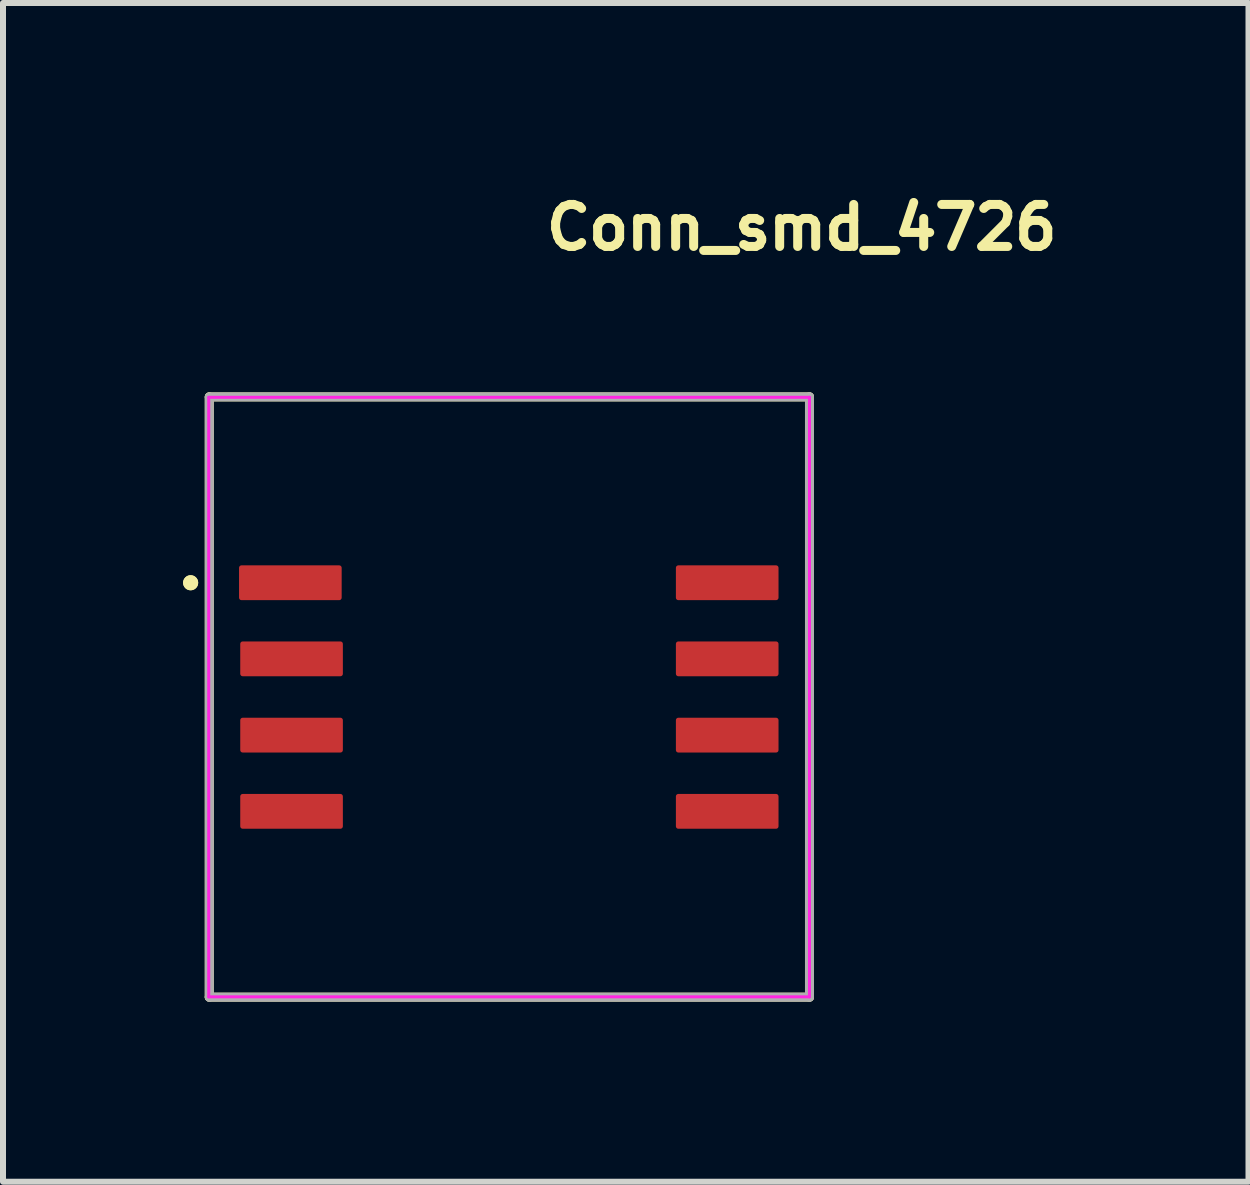
<source format=kicad_pcb>
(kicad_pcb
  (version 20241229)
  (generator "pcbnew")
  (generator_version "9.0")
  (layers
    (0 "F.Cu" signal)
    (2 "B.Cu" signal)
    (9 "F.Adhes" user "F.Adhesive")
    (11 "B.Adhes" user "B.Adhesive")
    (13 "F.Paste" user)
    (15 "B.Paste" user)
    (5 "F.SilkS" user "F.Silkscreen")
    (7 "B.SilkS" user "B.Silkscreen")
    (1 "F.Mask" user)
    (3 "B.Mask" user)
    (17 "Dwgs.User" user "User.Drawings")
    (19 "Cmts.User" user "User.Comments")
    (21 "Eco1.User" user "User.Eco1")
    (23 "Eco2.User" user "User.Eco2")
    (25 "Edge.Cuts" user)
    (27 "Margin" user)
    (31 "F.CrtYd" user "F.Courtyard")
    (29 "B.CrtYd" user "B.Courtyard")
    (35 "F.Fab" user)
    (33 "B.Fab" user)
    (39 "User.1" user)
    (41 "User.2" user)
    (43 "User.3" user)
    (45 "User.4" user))
  (footprint "Conn_smd_4726"
    (layer "F.Cu")
    (at 1.808 6.66)
    (property "Reference" "Conn_smd_4726" (at 4.168 -5.51 0) (unlocked yes) (layer "F.SilkS") (effects (font (size 0.7 0.7) (thickness 0.15)) (justify left bottom)))
    (attr smd)
    (fp_line (start -1.371 -3.097) (end 8.63 -3.097) (stroke (width 0.15) (type solid)) (layer "F.SilkS"))
    (fp_line (start -1.371 6.905) (end -1.371 -3.097) (stroke (width 0.15) (type solid)) (layer "F.SilkS"))
    (fp_line (start 8.63 -3.097) (end 8.63 6.905) (stroke (width 0.15) (type solid)) (layer "F.SilkS"))
    (fp_line (start 8.63 6.905) (end -1.371 6.905) (stroke (width 0.15) (type solid)) (layer "F.SilkS"))
    (fp_circle (center -1.682 0) (end -1.631 0) (stroke (width 0.15) (type solid)) (fill yes) (layer "F.SilkS"))
    (fp_circle (center -1.681 0) (end -1.631 0) (stroke (width 0.15) (type solid)) (fill yes) (layer "F.SilkS"))
    (fp_line (start -1.38 -3.09) (end -1.38 6.9) (stroke (width 0.05) (type solid)) (layer "F.CrtYd"))
    (fp_line (start -1.38 -3.09) (end 8.63 -3.09) (stroke (width 0.05) (type solid)) (layer "F.CrtYd"))
    (fp_line (start -1.38 6.9) (end 8.63 6.9) (stroke (width 0.05) (type solid)) (layer "F.CrtYd"))
    (fp_line (start 8.63 -3.09) (end 8.63 6.9) (stroke (width 0.05) (type solid)) (layer "F.CrtYd"))
    (fp_line (start -1.371 -3.097) (end 8.63 -3.097) (stroke (width 0.15) (type solid)) (layer "F.Fab"))
    (fp_line (start -1.371 6.905) (end -1.371 -3.081) (stroke (width 0.15) (type solid)) (layer "F.Fab"))
    (fp_line (start 8.63 -3.097) (end 8.63 6.905) (stroke (width 0.15) (type solid)) (layer "F.Fab"))
    (fp_line (start 8.63 6.905) (end -1.371 6.905) (stroke (width 0.15) (type solid)) (layer "F.Fab"))
    (pad "1" smd roundrect (at -0.02 0) (size 1.71 0.58) (layers "F.Cu" "F.Mask" "F.Paste") (roundrect_rratio 0.07))
    (pad "2" smd roundrect (at 0 1.268) (size 1.71 0.58) (layers "F.Cu" "F.Mask" "F.Paste") (roundrect_rratio 0.07))
    (pad "3" smd roundrect (at 0 2.539) (size 1.71 0.58) (layers "F.Cu" "F.Mask" "F.Paste") (roundrect_rratio 0.07))
    (pad "4" smd roundrect (at 0 3.809) (size 1.71 0.58) (layers "F.Cu" "F.Mask" "F.Paste") (roundrect_rratio 0.07))
    (pad "5" smd roundrect (at 7.259 3.809) (size 1.71 0.58) (layers "F.Cu" "F.Mask" "F.Paste") (roundrect_rratio 0.07))
    (pad "6" smd roundrect (at 7.259 2.539) (size 1.71 0.58) (layers "F.Cu" "F.Mask" "F.Paste") (roundrect_rratio 0.07))
    (pad "7" smd roundrect (at 7.259 1.268) (size 1.71 0.58) (layers "F.Cu" "F.Mask" "F.Paste") (roundrect_rratio 0.07))
    (pad "8" smd roundrect (at 7.259 0) (size 1.71 0.58) (layers "F.Cu" "F.Mask" "F.Paste") (roundrect_rratio 0.07)))
  (gr_rect
    (start -3 -3)
    (end 17.753 16.64)
    (stroke (width 0.1) (type default))
    (fill no)
    (layer "Edge.Cuts")))
</source>
